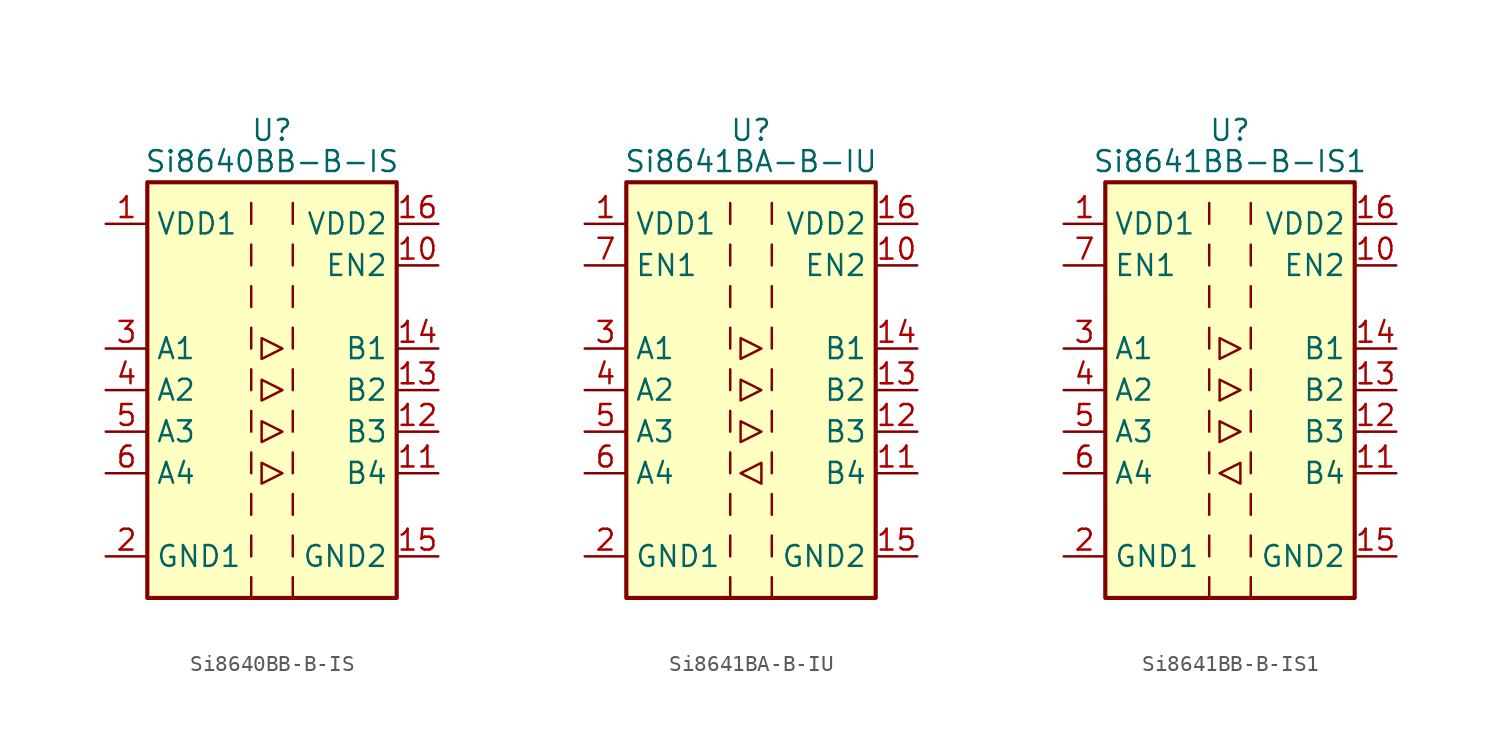
<source format=kicad_sym>
(kicad_symbol_lib
  (version 20201005)
  (generator kicad_symbol_editor)
  (symbol "Isolator_Digital:Si8640BB-B-IS"
    (property "Reference" "U"
      (at 0 15.875 0)
      (effects (font (size 1.27 1.27))))
    (property "Value" "Si8640BB-B-IS"
      (at 0 13.97 0)
      (effects (font (size 1.27 1.27))))
    (symbol "Si8640BB-B-IS_0_1"
      (rectangle (start -7.62 12.7) (end 7.62 -12.7) (stroke (width 0.254)) (fill (type background)))
      (polyline (pts (xy -1.27 -11.43) (xy -1.27 -12.7)) (stroke (width 0)) (fill (type none)))
      (polyline (pts (xy -1.27 -8.89) (xy -1.27 -10.16)) (stroke (width 0)) (fill (type none)))
      (polyline (pts (xy -1.27 -6.35) (xy -1.27 -7.62)) (stroke (width 0)) (fill (type none)))
      (polyline (pts (xy -1.27 -3.81) (xy -1.27 -5.08)) (stroke (width 0)) (fill (type none)))
      (polyline (pts (xy -1.27 -1.27) (xy -1.27 -2.54)) (stroke (width 0)) (fill (type none)))
      (polyline (pts (xy -1.27 1.27) (xy -1.27 0)) (stroke (width 0)) (fill (type none)))
      (polyline (pts (xy -1.27 3.81) (xy -1.27 2.54)) (stroke (width 0)) (fill (type none)))
      (polyline (pts (xy -1.27 6.35) (xy -1.27 5.08)) (stroke (width 0)) (fill (type none)))
      (polyline (pts (xy -1.27 8.89) (xy -1.27 7.62)) (stroke (width 0)) (fill (type none)))
      (polyline (pts (xy -1.27 11.43) (xy -1.27 10.16)) (stroke (width 0)) (fill (type none)))
      (polyline (pts (xy 1.27 -11.43) (xy 1.27 -12.7)) (stroke (width 0)) (fill (type none)))
      (polyline (pts (xy 1.27 -8.89) (xy 1.27 -10.16)) (stroke (width 0)) (fill (type none)))
      (polyline (pts (xy 1.27 -6.35) (xy 1.27 -7.62)) (stroke (width 0)) (fill (type none)))
      (polyline (pts (xy 1.27 -3.81) (xy 1.27 -5.08)) (stroke (width 0)) (fill (type none)))
      (polyline (pts (xy 1.27 -1.27) (xy 1.27 -2.54)) (stroke (width 0)) (fill (type none)))
      (polyline (pts (xy 1.27 1.27) (xy 1.27 0)) (stroke (width 0)) (fill (type none)))
      (polyline (pts (xy 1.27 3.81) (xy 1.27 2.54)) (stroke (width 0)) (fill (type none)))
      (polyline (pts (xy 1.27 6.35) (xy 1.27 5.08)) (stroke (width 0)) (fill (type none)))
      (polyline (pts (xy 1.27 8.89) (xy 1.27 7.62)) (stroke (width 0)) (fill (type none)))
      (polyline (pts (xy 1.27 11.43) (xy 1.27 10.16)) (stroke (width 0)) (fill (type none)))
      (polyline (pts (xy -0.635 0.635) (xy -0.635 -0.635) (xy 0.635 0) (xy -0.635 0.635)) (stroke (width 0)) (fill (type none)))
      (polyline (pts (xy -0.635 3.175) (xy -0.635 1.905) (xy 0.635 2.54) (xy -0.635 3.175)) (stroke (width 0)) (fill (type none)))
      (polyline (pts (xy 0.635 -5.08) (xy -0.635 -4.445) (xy -0.635 -5.715) (xy 0.635 -5.08)) (stroke (width 0)) (fill (type none)))
      (polyline (pts (xy 0.635 -2.54) (xy -0.635 -1.905) (xy -0.635 -3.175) (xy 0.635 -2.54)) (stroke (width 0)) (fill (type none))))
    (symbol "Si8640BB-B-IS_1_1"
      (pin power_in line (at -10.16 10.16 0) (length 2.54) (name "VDD1" (effects (font (size 1.27 1.27)))) (number "1" (effects (font (size 1.27 1.27)))))
      (pin input line (at 10.16 7.62 180) (length 2.54) (name "EN2" (effects (font (size 1.27 1.27)))) (number "10" (effects (font (size 1.27 1.27)))))
      (pin output line (at 10.16 -5.08 180) (length 2.54) (name "B4" (effects (font (size 1.27 1.27)))) (number "11" (effects (font (size 1.27 1.27)))))
      (pin output line (at 10.16 -2.54 180) (length 2.54) (name "B3" (effects (font (size 1.27 1.27)))) (number "12" (effects (font (size 1.27 1.27)))))
      (pin output line (at 10.16 0 180) (length 2.54) (name "B2" (effects (font (size 1.27 1.27)))) (number "13" (effects (font (size 1.27 1.27)))))
      (pin output line (at 10.16 2.54 180) (length 2.54) (name "B1" (effects (font (size 1.27 1.27)))) (number "14" (effects (font (size 1.27 1.27)))))
      (pin power_in line (at 10.16 -10.16 180) (length 2.54) (name "GND2" (effects (font (size 1.27 1.27)))) (number "15" (effects (font (size 1.27 1.27)))))
      (pin power_in line (at 10.16 10.16 180) (length 2.54) (name "VDD2" (effects (font (size 1.27 1.27)))) (number "16" (effects (font (size 1.27 1.27)))))
      (pin power_in line (at -10.16 -10.16 0) (length 2.54) (name "GND1" (effects (font (size 1.27 1.27)))) (number "2" (effects (font (size 1.27 1.27)))))
      (pin input line (at -10.16 2.54 0) (length 2.54) (name "A1" (effects (font (size 1.27 1.27)))) (number "3" (effects (font (size 1.27 1.27)))))
      (pin input line (at -10.16 0 0) (length 2.54) (name "A2" (effects (font (size 1.27 1.27)))) (number "4" (effects (font (size 1.27 1.27)))))
      (pin input line (at -10.16 -2.54 0) (length 2.54) (name "A3" (effects (font (size 1.27 1.27)))) (number "5" (effects (font (size 1.27 1.27)))))
      (pin input line (at -10.16 -5.08 0) (length 2.54) (name "A4" (effects (font (size 1.27 1.27)))) (number "6" (effects (font (size 1.27 1.27)))))
      (pin no_connect line (at -7.62 7.62 0) (length 2.54) hide (name "NC" (effects (font (size 1.27 1.27)))) (number "7" (effects (font (size 1.27 1.27)))))
      (pin passive line (at -10.16 -10.16 0) (length 2.54) hide (name "GND1" (effects (font (size 1.27 1.27)))) (number "8" (effects (font (size 1.27 1.27)))))
      (pin passive line (at 10.16 -10.16 180) (length 2.54) hide (name "GND2" (effects (font (size 1.27 1.27)))) (number "9" (effects (font (size 1.27 1.27)))))))
  (symbol "Isolator_Digital:Si8641BA-B-IU"
    (property "Reference" "U"
      (at 0 15.875 0)
      (effects (font (size 1.27 1.27))))
    (property "Value" "Si8641BA-B-IU"
      (at 0 13.97 0)
      (effects (font (size 1.27 1.27))))
    (symbol "Si8641BA-B-IU_0_1"
      (rectangle (start -7.62 12.7) (end 7.62 -12.7) (stroke (width 0.254)) (fill (type background)))
      (polyline (pts (xy -1.27 -11.43) (xy -1.27 -12.7)) (stroke (width 0)) (fill (type none)))
      (polyline (pts (xy -1.27 -8.89) (xy -1.27 -10.16)) (stroke (width 0)) (fill (type none)))
      (polyline (pts (xy -1.27 -6.35) (xy -1.27 -7.62)) (stroke (width 0)) (fill (type none)))
      (polyline (pts (xy -1.27 -3.81) (xy -1.27 -5.08)) (stroke (width 0)) (fill (type none)))
      (polyline (pts (xy -1.27 -1.27) (xy -1.27 -2.54)) (stroke (width 0)) (fill (type none)))
      (polyline (pts (xy -1.27 1.27) (xy -1.27 0)) (stroke (width 0)) (fill (type none)))
      (polyline (pts (xy -1.27 3.81) (xy -1.27 2.54)) (stroke (width 0)) (fill (type none)))
      (polyline (pts (xy -1.27 6.35) (xy -1.27 5.08)) (stroke (width 0)) (fill (type none)))
      (polyline (pts (xy -1.27 8.89) (xy -1.27 7.62)) (stroke (width 0)) (fill (type none)))
      (polyline (pts (xy -1.27 11.43) (xy -1.27 10.16)) (stroke (width 0)) (fill (type none)))
      (polyline (pts (xy 1.27 -11.43) (xy 1.27 -12.7)) (stroke (width 0)) (fill (type none)))
      (polyline (pts (xy 1.27 -8.89) (xy 1.27 -10.16)) (stroke (width 0)) (fill (type none)))
      (polyline (pts (xy 1.27 -6.35) (xy 1.27 -7.62)) (stroke (width 0)) (fill (type none)))
      (polyline (pts (xy 1.27 -3.81) (xy 1.27 -5.08)) (stroke (width 0)) (fill (type none)))
      (polyline (pts (xy 1.27 -1.27) (xy 1.27 -2.54)) (stroke (width 0)) (fill (type none)))
      (polyline (pts (xy 1.27 1.27) (xy 1.27 0)) (stroke (width 0)) (fill (type none)))
      (polyline (pts (xy 1.27 3.81) (xy 1.27 2.54)) (stroke (width 0)) (fill (type none)))
      (polyline (pts (xy 1.27 6.35) (xy 1.27 5.08)) (stroke (width 0)) (fill (type none)))
      (polyline (pts (xy 1.27 8.89) (xy 1.27 7.62)) (stroke (width 0)) (fill (type none)))
      (polyline (pts (xy 1.27 11.43) (xy 1.27 10.16)) (stroke (width 0)) (fill (type none)))
      (polyline (pts (xy -0.635 -5.08) (xy 0.635 -4.445) (xy 0.635 -5.715) (xy -0.635 -5.08)) (stroke (width 0)) (fill (type none)))
      (polyline (pts (xy -0.635 0.635) (xy -0.635 -0.635) (xy 0.635 0) (xy -0.635 0.635)) (stroke (width 0)) (fill (type none)))
      (polyline (pts (xy -0.635 3.175) (xy -0.635 1.905) (xy 0.635 2.54) (xy -0.635 3.175)) (stroke (width 0)) (fill (type none)))
      (polyline (pts (xy 0.635 -2.54) (xy -0.635 -1.905) (xy -0.635 -3.175) (xy 0.635 -2.54)) (stroke (width 0)) (fill (type none))))
    (symbol "Si8641BA-B-IU_1_1"
      (pin power_in line (at -10.16 10.16 0) (length 2.54) (name "VDD1" (effects (font (size 1.27 1.27)))) (number "1" (effects (font (size 1.27 1.27)))))
      (pin input line (at 10.16 7.62 180) (length 2.54) (name "EN2" (effects (font (size 1.27 1.27)))) (number "10" (effects (font (size 1.27 1.27)))))
      (pin input line (at 10.16 -5.08 180) (length 2.54) (name "B4" (effects (font (size 1.27 1.27)))) (number "11" (effects (font (size 1.27 1.27)))))
      (pin output line (at 10.16 -2.54 180) (length 2.54) (name "B3" (effects (font (size 1.27 1.27)))) (number "12" (effects (font (size 1.27 1.27)))))
      (pin output line (at 10.16 0 180) (length 2.54) (name "B2" (effects (font (size 1.27 1.27)))) (number "13" (effects (font (size 1.27 1.27)))))
      (pin output line (at 10.16 2.54 180) (length 2.54) (name "B1" (effects (font (size 1.27 1.27)))) (number "14" (effects (font (size 1.27 1.27)))))
      (pin power_in line (at 10.16 -10.16 180) (length 2.54) (name "GND2" (effects (font (size 1.27 1.27)))) (number "15" (effects (font (size 1.27 1.27)))))
      (pin power_in line (at 10.16 10.16 180) (length 2.54) (name "VDD2" (effects (font (size 1.27 1.27)))) (number "16" (effects (font (size 1.27 1.27)))))
      (pin power_in line (at -10.16 -10.16 0) (length 2.54) (name "GND1" (effects (font (size 1.27 1.27)))) (number "2" (effects (font (size 1.27 1.27)))))
      (pin input line (at -10.16 2.54 0) (length 2.54) (name "A1" (effects (font (size 1.27 1.27)))) (number "3" (effects (font (size 1.27 1.27)))))
      (pin input line (at -10.16 0 0) (length 2.54) (name "A2" (effects (font (size 1.27 1.27)))) (number "4" (effects (font (size 1.27 1.27)))))
      (pin input line (at -10.16 -2.54 0) (length 2.54) (name "A3" (effects (font (size 1.27 1.27)))) (number "5" (effects (font (size 1.27 1.27)))))
      (pin output line (at -10.16 -5.08 0) (length 2.54) (name "A4" (effects (font (size 1.27 1.27)))) (number "6" (effects (font (size 1.27 1.27)))))
      (pin input line (at -10.16 7.62 0) (length 2.54) (name "EN1" (effects (font (size 1.27 1.27)))) (number "7" (effects (font (size 1.27 1.27)))))
      (pin passive line (at -10.16 -10.16 0) (length 2.54) hide (name "GND1" (effects (font (size 1.27 1.27)))) (number "8" (effects (font (size 1.27 1.27)))))
      (pin passive line (at 10.16 -10.16 180) (length 2.54) hide (name "GND2" (effects (font (size 1.27 1.27)))) (number "9" (effects (font (size 1.27 1.27)))))))
  (symbol "Isolator_Digital:Si8641BB-B-IS1"
    (property "Reference" "U"
      (at 0 15.875 0)
      (effects (font (size 1.27 1.27))))
    (property "Value" "Si8641BB-B-IS1"
      (at 0 13.97 0)
      (effects (font (size 1.27 1.27))))
    (symbol "Si8641BB-B-IS1_0_1"
      (rectangle (start -7.62 12.7) (end 7.62 -12.7) (stroke (width 0.254)) (fill (type background)))
      (polyline (pts (xy -1.27 -11.43) (xy -1.27 -12.7)) (stroke (width 0)) (fill (type none)))
      (polyline (pts (xy -1.27 -8.89) (xy -1.27 -10.16)) (stroke (width 0)) (fill (type none)))
      (polyline (pts (xy -1.27 -6.35) (xy -1.27 -7.62)) (stroke (width 0)) (fill (type none)))
      (polyline (pts (xy -1.27 -3.81) (xy -1.27 -5.08)) (stroke (width 0)) (fill (type none)))
      (polyline (pts (xy -1.27 -1.27) (xy -1.27 -2.54)) (stroke (width 0)) (fill (type none)))
      (polyline (pts (xy -1.27 1.27) (xy -1.27 0)) (stroke (width 0)) (fill (type none)))
      (polyline (pts (xy -1.27 3.81) (xy -1.27 2.54)) (stroke (width 0)) (fill (type none)))
      (polyline (pts (xy -1.27 6.35) (xy -1.27 5.08)) (stroke (width 0)) (fill (type none)))
      (polyline (pts (xy -1.27 8.89) (xy -1.27 7.62)) (stroke (width 0)) (fill (type none)))
      (polyline (pts (xy -1.27 11.43) (xy -1.27 10.16)) (stroke (width 0)) (fill (type none)))
      (polyline (pts (xy 1.27 -11.43) (xy 1.27 -12.7)) (stroke (width 0)) (fill (type none)))
      (polyline (pts (xy 1.27 -8.89) (xy 1.27 -10.16)) (stroke (width 0)) (fill (type none)))
      (polyline (pts (xy 1.27 -6.35) (xy 1.27 -7.62)) (stroke (width 0)) (fill (type none)))
      (polyline (pts (xy 1.27 -3.81) (xy 1.27 -5.08)) (stroke (width 0)) (fill (type none)))
      (polyline (pts (xy 1.27 -1.27) (xy 1.27 -2.54)) (stroke (width 0)) (fill (type none)))
      (polyline (pts (xy 1.27 1.27) (xy 1.27 0)) (stroke (width 0)) (fill (type none)))
      (polyline (pts (xy 1.27 3.81) (xy 1.27 2.54)) (stroke (width 0)) (fill (type none)))
      (polyline (pts (xy 1.27 6.35) (xy 1.27 5.08)) (stroke (width 0)) (fill (type none)))
      (polyline (pts (xy 1.27 8.89) (xy 1.27 7.62)) (stroke (width 0)) (fill (type none)))
      (polyline (pts (xy 1.27 11.43) (xy 1.27 10.16)) (stroke (width 0)) (fill (type none)))
      (polyline (pts (xy -0.635 -5.08) (xy 0.635 -4.445) (xy 0.635 -5.715) (xy -0.635 -5.08)) (stroke (width 0)) (fill (type none)))
      (polyline (pts (xy -0.635 0.635) (xy -0.635 -0.635) (xy 0.635 0) (xy -0.635 0.635)) (stroke (width 0)) (fill (type none)))
      (polyline (pts (xy -0.635 3.175) (xy -0.635 1.905) (xy 0.635 2.54) (xy -0.635 3.175)) (stroke (width 0)) (fill (type none)))
      (polyline (pts (xy 0.635 -2.54) (xy -0.635 -1.905) (xy -0.635 -3.175) (xy 0.635 -2.54)) (stroke (width 0)) (fill (type none))))
    (symbol "Si8641BB-B-IS1_1_1"
      (pin power_in line (at -10.16 10.16 0) (length 2.54) (name "VDD1" (effects (font (size 1.27 1.27)))) (number "1" (effects (font (size 1.27 1.27)))))
      (pin input line (at 10.16 7.62 180) (length 2.54) (name "EN2" (effects (font (size 1.27 1.27)))) (number "10" (effects (font (size 1.27 1.27)))))
      (pin input line (at 10.16 -5.08 180) (length 2.54) (name "B4" (effects (font (size 1.27 1.27)))) (number "11" (effects (font (size 1.27 1.27)))))
      (pin output line (at 10.16 -2.54 180) (length 2.54) (name "B3" (effects (font (size 1.27 1.27)))) (number "12" (effects (font (size 1.27 1.27)))))
      (pin output line (at 10.16 0 180) (length 2.54) (name "B2" (effects (font (size 1.27 1.27)))) (number "13" (effects (font (size 1.27 1.27)))))
      (pin output line (at 10.16 2.54 180) (length 2.54) (name "B1" (effects (font (size 1.27 1.27)))) (number "14" (effects (font (size 1.27 1.27)))))
      (pin power_in line (at 10.16 -10.16 180) (length 2.54) (name "GND2" (effects (font (size 1.27 1.27)))) (number "15" (effects (font (size 1.27 1.27)))))
      (pin power_in line (at 10.16 10.16 180) (length 2.54) (name "VDD2" (effects (font (size 1.27 1.27)))) (number "16" (effects (font (size 1.27 1.27)))))
      (pin power_in line (at -10.16 -10.16 0) (length 2.54) (name "GND1" (effects (font (size 1.27 1.27)))) (number "2" (effects (font (size 1.27 1.27)))))
      (pin input line (at -10.16 2.54 0) (length 2.54) (name "A1" (effects (font (size 1.27 1.27)))) (number "3" (effects (font (size 1.27 1.27)))))
      (pin input line (at -10.16 0 0) (length 2.54) (name "A2" (effects (font (size 1.27 1.27)))) (number "4" (effects (font (size 1.27 1.27)))))
      (pin input line (at -10.16 -2.54 0) (length 2.54) (name "A3" (effects (font (size 1.27 1.27)))) (number "5" (effects (font (size 1.27 1.27)))))
      (pin output line (at -10.16 -5.08 0) (length 2.54) (name "A4" (effects (font (size 1.27 1.27)))) (number "6" (effects (font (size 1.27 1.27)))))
      (pin input line (at -10.16 7.62 0) (length 2.54) (name "EN1" (effects (font (size 1.27 1.27)))) (number "7" (effects (font (size 1.27 1.27)))))
      (pin passive line (at -10.16 -10.16 0) (length 2.54) hide (name "GND1" (effects (font (size 1.27 1.27)))) (number "8" (effects (font (size 1.27 1.27)))))
      (pin passive line (at 10.16 -10.16 180) (length 2.54) hide (name "GND2" (effects (font (size 1.27 1.27)))) (number "9" (effects (font (size 1.27 1.27))))))))
</source>
